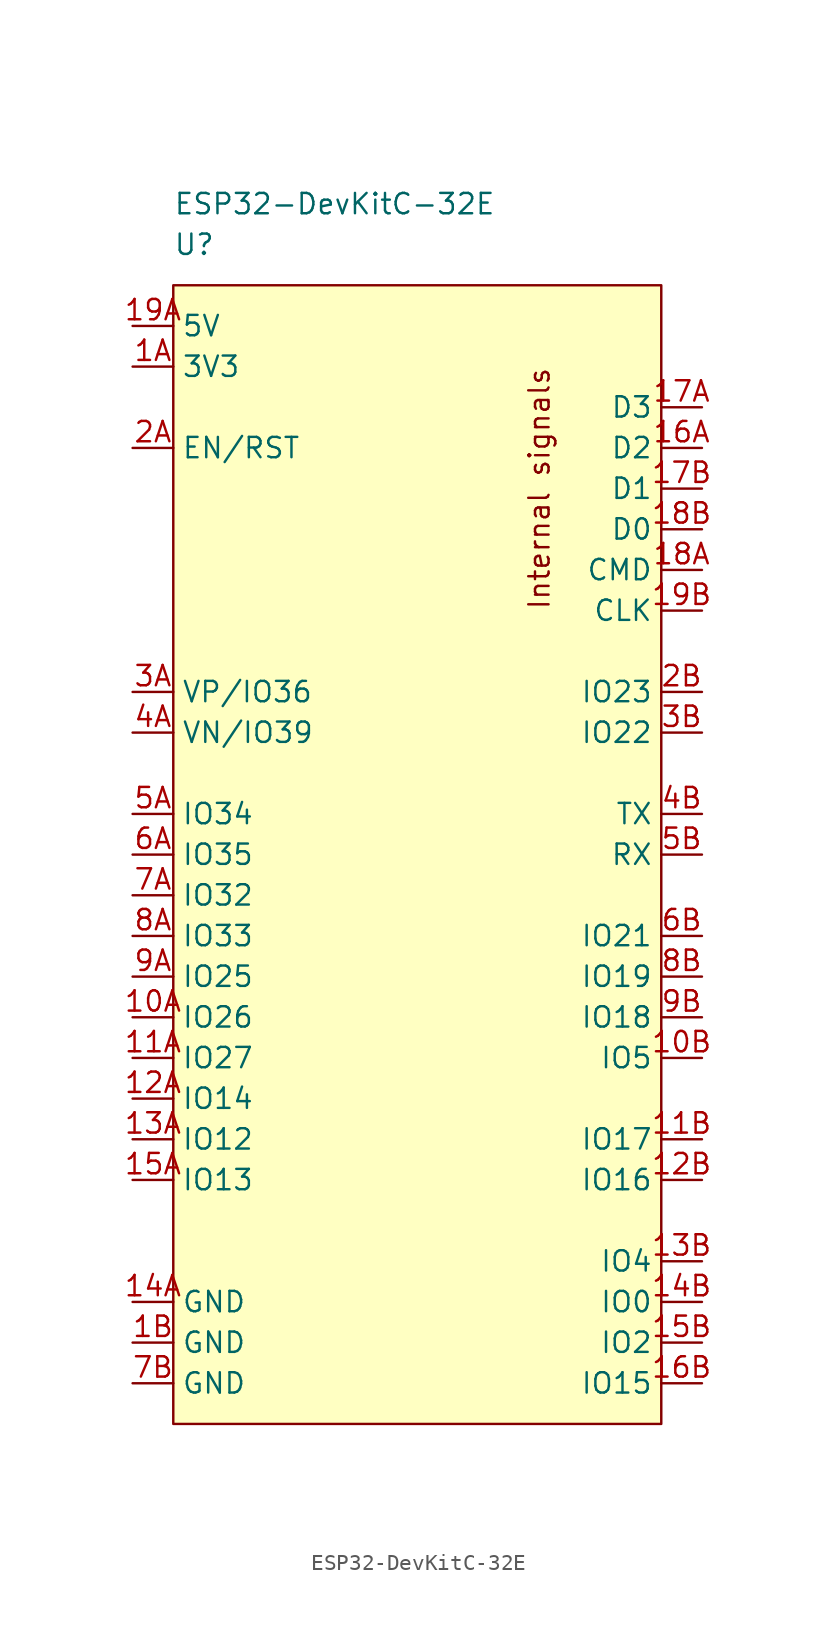
<source format=kicad_sym>
(kicad_symbol_lib
  (version 20220914)
  (generator kicad_symbol_editor)
  (symbol "ESP32-DevKitC-32E"
    (property "Reference" "U"
      (at -20.32 48.26 0)
      (effects (font (size 1.27 1.27)) (justify left)))
    (property "Value" "ESP32-DevKitC-32E"
      (at -20.32 50.8 0)
      (effects (font (size 1.27 1.27)) (justify left)))
    (symbol "ESP32-DevKitC-32E_1_1"
      (rectangle (start -20.32 45.72) (end 10.16 -25.4) (stroke (width 0) (type default)) (fill (type background)))
      (text "Internal signals" (at 2.54 33.02 900) (effects (font (size 1.27 1.27))))
      (pin bidirectional line (at -22.86 0 0) (length 2.54) (name "IO26" (effects (font (size 1.27 1.27)))) (number "10A" (effects (font (size 1.27 1.27)))))
      (pin bidirectional line (at 12.7 -2.54 180) (length 2.54) (name "IO5" (effects (font (size 1.27 1.27)))) (number "10B" (effects (font (size 1.27 1.27)))))
      (pin bidirectional line (at -22.86 -2.54 0) (length 2.54) (name "IO27" (effects (font (size 1.27 1.27)))) (number "11A" (effects (font (size 1.27 1.27)))))
      (pin bidirectional line (at 12.7 -7.62 180) (length 2.54) (name "IO17" (effects (font (size 1.27 1.27)))) (number "11B" (effects (font (size 1.27 1.27)))))
      (pin bidirectional line (at -22.86 -5.08 0) (length 2.54) (name "IO14" (effects (font (size 1.27 1.27)))) (number "12A" (effects (font (size 1.27 1.27)))))
      (pin bidirectional line (at 12.7 -10.16 180) (length 2.54) (name "IO16" (effects (font (size 1.27 1.27)))) (number "12B" (effects (font (size 1.27 1.27)))))
      (pin bidirectional line (at -22.86 -7.62 0) (length 2.54) (name "IO12" (effects (font (size 1.27 1.27)))) (number "13A" (effects (font (size 1.27 1.27)))))
      (pin bidirectional line (at 12.7 -15.24 180) (length 2.54) (name "IO4" (effects (font (size 1.27 1.27)))) (number "13B" (effects (font (size 1.27 1.27)))))
      (pin power_in line (at -22.86 -17.78 0) (length 2.54) (name "GND" (effects (font (size 1.27 1.27)))) (number "14A" (effects (font (size 1.27 1.27)))))
      (pin bidirectional line (at 12.7 -17.78 180) (length 2.54) (name "IO0" (effects (font (size 1.27 1.27)))) (number "14B" (effects (font (size 1.27 1.27)))))
      (pin bidirectional line (at -22.86 -10.16 0) (length 2.54) (name "IO13" (effects (font (size 1.27 1.27)))) (number "15A" (effects (font (size 1.27 1.27)))))
      (pin bidirectional line (at 12.7 -20.32 180) (length 2.54) (name "IO2" (effects (font (size 1.27 1.27)))) (number "15B" (effects (font (size 1.27 1.27)))))
      (pin bidirectional line (at 12.7 35.56 180) (length 2.54) (name "D2" (effects (font (size 1.27 1.27)))) (number "16A" (effects (font (size 1.27 1.27)))))
      (pin bidirectional line (at 12.7 -22.86 180) (length 2.54) (name "IO15" (effects (font (size 1.27 1.27)))) (number "16B" (effects (font (size 1.27 1.27)))))
      (pin bidirectional line (at 12.7 38.1 180) (length 2.54) (name "D3" (effects (font (size 1.27 1.27)))) (number "17A" (effects (font (size 1.27 1.27)))))
      (pin bidirectional line (at 12.7 33.02 180) (length 2.54) (name "D1" (effects (font (size 1.27 1.27)))) (number "17B" (effects (font (size 1.27 1.27)))))
      (pin bidirectional line (at 12.7 27.94 180) (length 2.54) (name "CMD" (effects (font (size 1.27 1.27)))) (number "18A" (effects (font (size 1.27 1.27)))))
      (pin bidirectional line (at 12.7 30.48 180) (length 2.54) (name "D0" (effects (font (size 1.27 1.27)))) (number "18B" (effects (font (size 1.27 1.27)))))
      (pin power_in line (at -22.86 43.18 0) (length 2.54) (name "5V" (effects (font (size 1.27 1.27)))) (number "19A" (effects (font (size 1.27 1.27)))))
      (pin bidirectional line (at 12.7 25.4 180) (length 2.54) (name "CLK" (effects (font (size 1.27 1.27)))) (number "19B" (effects (font (size 1.27 1.27)))))
      (pin power_in line (at -22.86 40.64 0) (length 2.54) (name "3V3" (effects (font (size 1.27 1.27)))) (number "1A" (effects (font (size 1.27 1.27)))))
      (pin power_in line (at -22.86 -20.32 0) (length 2.54) (name "GND" (effects (font (size 1.27 1.27)))) (number "1B" (effects (font (size 1.27 1.27)))))
      (pin input line (at -22.86 35.56 0) (length 2.54) (name "EN/RST" (effects (font (size 1.27 1.27)))) (number "2A" (effects (font (size 1.27 1.27)))))
      (pin bidirectional line (at 12.7 20.32 180) (length 2.54) (name "IO23" (effects (font (size 1.27 1.27)))) (number "2B" (effects (font (size 1.27 1.27)))))
      (pin input line (at -22.86 20.32 0) (length 2.54) (name "VP/IO36" (effects (font (size 1.27 1.27)))) (number "3A" (effects (font (size 1.27 1.27)))))
      (pin bidirectional line (at 12.7 17.78 180) (length 2.54) (name "IO22" (effects (font (size 1.27 1.27)))) (number "3B" (effects (font (size 1.27 1.27)))))
      (pin input line (at -22.86 17.78 0) (length 2.54) (name "VN/IO39" (effects (font (size 1.27 1.27)))) (number "4A" (effects (font (size 1.27 1.27)))))
      (pin bidirectional line (at 12.7 12.7 180) (length 2.54) (name "TX" (effects (font (size 1.27 1.27)))) (number "4B" (effects (font (size 1.27 1.27)))))
      (pin input line (at -22.86 12.7 0) (length 2.54) (name "IO34" (effects (font (size 1.27 1.27)))) (number "5A" (effects (font (size 1.27 1.27)))))
      (pin bidirectional line (at 12.7 10.16 180) (length 2.54) (name "RX" (effects (font (size 1.27 1.27)))) (number "5B" (effects (font (size 1.27 1.27)))))
      (pin input line (at -22.86 10.16 0) (length 2.54) (name "IO35" (effects (font (size 1.27 1.27)))) (number "6A" (effects (font (size 1.27 1.27)))))
      (pin bidirectional line (at 12.7 5.08 180) (length 2.54) (name "IO21" (effects (font (size 1.27 1.27)))) (number "6B" (effects (font (size 1.27 1.27)))))
      (pin bidirectional line (at -22.86 7.62 0) (length 2.54) (name "IO32" (effects (font (size 1.27 1.27)))) (number "7A" (effects (font (size 1.27 1.27)))))
      (pin power_in line (at -22.86 -22.86 0) (length 2.54) (name "GND" (effects (font (size 1.27 1.27)))) (number "7B" (effects (font (size 1.27 1.27)))))
      (pin bidirectional line (at -22.86 5.08 0) (length 2.54) (name "IO33" (effects (font (size 1.27 1.27)))) (number "8A" (effects (font (size 1.27 1.27)))))
      (pin bidirectional line (at 12.7 2.54 180) (length 2.54) (name "IO19" (effects (font (size 1.27 1.27)))) (number "8B" (effects (font (size 1.27 1.27)))))
      (pin bidirectional line (at -22.86 2.54 0) (length 2.54) (name "IO25" (effects (font (size 1.27 1.27)))) (number "9A" (effects (font (size 1.27 1.27)))))
      (pin bidirectional line (at 12.7 0 180) (length 2.54) (name "IO18" (effects (font (size 1.27 1.27)))) (number "9B" (effects (font (size 1.27 1.27))))))))
</source>
